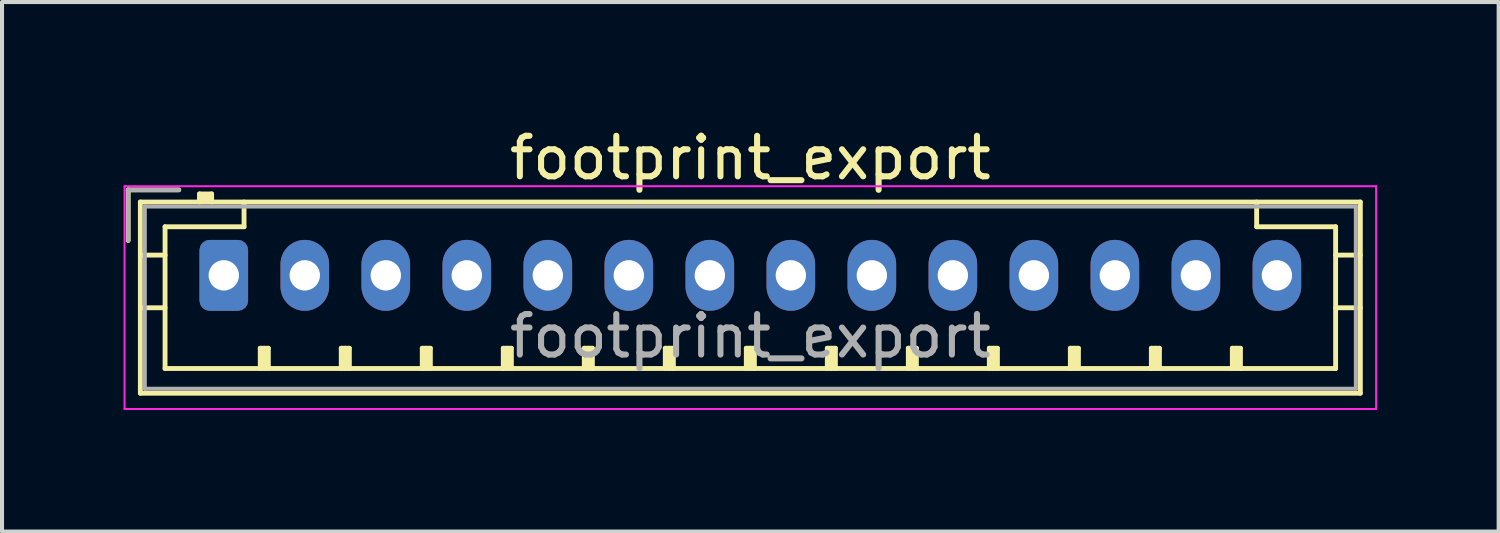
<source format=kicad_pcb>
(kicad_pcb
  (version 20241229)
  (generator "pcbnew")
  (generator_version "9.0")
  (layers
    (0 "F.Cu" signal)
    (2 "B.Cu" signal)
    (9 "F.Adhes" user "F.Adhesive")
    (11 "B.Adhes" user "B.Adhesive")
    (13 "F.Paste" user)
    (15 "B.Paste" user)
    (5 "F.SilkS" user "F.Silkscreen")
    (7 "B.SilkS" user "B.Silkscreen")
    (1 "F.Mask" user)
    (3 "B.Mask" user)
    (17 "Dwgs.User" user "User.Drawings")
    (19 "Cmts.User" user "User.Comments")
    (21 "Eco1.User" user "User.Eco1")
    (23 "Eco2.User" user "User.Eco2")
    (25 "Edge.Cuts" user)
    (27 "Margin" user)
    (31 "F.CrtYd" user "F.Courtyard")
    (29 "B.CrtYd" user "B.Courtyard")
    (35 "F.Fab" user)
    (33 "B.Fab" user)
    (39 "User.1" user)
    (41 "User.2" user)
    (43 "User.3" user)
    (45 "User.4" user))
  (footprint "footprint_export"
    (layer "F.Cu")
    (at 2.475 3.748)
    (property "Reference" "footprint_export" (at 13 -2.9 0) (layer "F.SilkS") (effects (font (size 1 1) (thickness 0.15))))
    (attr through_hole)
    (fp_line (start -2.36 -2.11) (end -2.36 -0.86) (stroke (width 0.12) (type solid)) (layer "F.SilkS"))
    (fp_line (start -2.06 -1.81) (end -2.06 2.91) (stroke (width 0.12) (type solid)) (layer "F.SilkS"))
    (fp_line (start -2.06 -0.5) (end -1.45 -0.5) (stroke (width 0.12) (type solid)) (layer "F.SilkS"))
    (fp_line (start -2.06 0.8) (end -1.45 0.8) (stroke (width 0.12) (type solid)) (layer "F.SilkS"))
    (fp_line (start -2.06 2.91) (end 28.06 2.91) (stroke (width 0.12) (type solid)) (layer "F.SilkS"))
    (fp_line (start -1.45 -1.2) (end -1.45 2.3) (stroke (width 0.12) (type solid)) (layer "F.SilkS"))
    (fp_line (start -1.45 2.3) (end 27.45 2.3) (stroke (width 0.12) (type solid)) (layer "F.SilkS"))
    (fp_line (start -1.11 -2.11) (end -2.36 -2.11) (stroke (width 0.12) (type solid)) (layer "F.SilkS"))
    (fp_line (start -0.6 -2.01) (end -0.6 -1.81) (stroke (width 0.12) (type solid)) (layer "F.SilkS"))
    (fp_line (start -0.3 -2.01) (end -0.6 -2.01) (stroke (width 0.12) (type solid)) (layer "F.SilkS"))
    (fp_line (start -0.3 -1.91) (end -0.6 -1.91) (stroke (width 0.12) (type solid)) (layer "F.SilkS"))
    (fp_line (start -0.3 -1.81) (end -0.3 -2.01) (stroke (width 0.12) (type solid)) (layer "F.SilkS"))
    (fp_line (start 0.5 -1.81) (end 0.5 -1.2) (stroke (width 0.12) (type solid)) (layer "F.SilkS"))
    (fp_line (start 0.5 -1.2) (end -1.45 -1.2) (stroke (width 0.12) (type solid)) (layer "F.SilkS"))
    (fp_line (start 0.9 1.8) (end 1.1 1.8) (stroke (width 0.12) (type solid)) (layer "F.SilkS"))
    (fp_line (start 0.9 2.3) (end 0.9 1.8) (stroke (width 0.12) (type solid)) (layer "F.SilkS"))
    (fp_line (start 1 2.3) (end 1 1.8) (stroke (width 0.12) (type solid)) (layer "F.SilkS"))
    (fp_line (start 1.1 1.8) (end 1.1 2.3) (stroke (width 0.12) (type solid)) (layer "F.SilkS"))
    (fp_line (start 2.9 1.8) (end 3.1 1.8) (stroke (width 0.12) (type solid)) (layer "F.SilkS"))
    (fp_line (start 2.9 2.3) (end 2.9 1.8) (stroke (width 0.12) (type solid)) (layer "F.SilkS"))
    (fp_line (start 3 2.3) (end 3 1.8) (stroke (width 0.12) (type solid)) (layer "F.SilkS"))
    (fp_line (start 3.1 1.8) (end 3.1 2.3) (stroke (width 0.12) (type solid)) (layer "F.SilkS"))
    (fp_line (start 4.9 1.8) (end 5.1 1.8) (stroke (width 0.12) (type solid)) (layer "F.SilkS"))
    (fp_line (start 4.9 2.3) (end 4.9 1.8) (stroke (width 0.12) (type solid)) (layer "F.SilkS"))
    (fp_line (start 5 2.3) (end 5 1.8) (stroke (width 0.12) (type solid)) (layer "F.SilkS"))
    (fp_line (start 5.1 1.8) (end 5.1 2.3) (stroke (width 0.12) (type solid)) (layer "F.SilkS"))
    (fp_line (start 6.9 1.8) (end 7.1 1.8) (stroke (width 0.12) (type solid)) (layer "F.SilkS"))
    (fp_line (start 6.9 2.3) (end 6.9 1.8) (stroke (width 0.12) (type solid)) (layer "F.SilkS"))
    (fp_line (start 7 2.3) (end 7 1.8) (stroke (width 0.12) (type solid)) (layer "F.SilkS"))
    (fp_line (start 7.1 1.8) (end 7.1 2.3) (stroke (width 0.12) (type solid)) (layer "F.SilkS"))
    (fp_line (start 8.9 1.8) (end 9.1 1.8) (stroke (width 0.12) (type solid)) (layer "F.SilkS"))
    (fp_line (start 8.9 2.3) (end 8.9 1.8) (stroke (width 0.12) (type solid)) (layer "F.SilkS"))
    (fp_line (start 9 2.3) (end 9 1.8) (stroke (width 0.12) (type solid)) (layer "F.SilkS"))
    (fp_line (start 9.1 1.8) (end 9.1 2.3) (stroke (width 0.12) (type solid)) (layer "F.SilkS"))
    (fp_line (start 10.9 1.8) (end 11.1 1.8) (stroke (width 0.12) (type solid)) (layer "F.SilkS"))
    (fp_line (start 10.9 2.3) (end 10.9 1.8) (stroke (width 0.12) (type solid)) (layer "F.SilkS"))
    (fp_line (start 11 2.3) (end 11 1.8) (stroke (width 0.12) (type solid)) (layer "F.SilkS"))
    (fp_line (start 11.1 1.8) (end 11.1 2.3) (stroke (width 0.12) (type solid)) (layer "F.SilkS"))
    (fp_line (start 12.9 1.8) (end 13.1 1.8) (stroke (width 0.12) (type solid)) (layer "F.SilkS"))
    (fp_line (start 12.9 2.3) (end 12.9 1.8) (stroke (width 0.12) (type solid)) (layer "F.SilkS"))
    (fp_line (start 13 2.3) (end 13 1.8) (stroke (width 0.12) (type solid)) (layer "F.SilkS"))
    (fp_line (start 13.1 1.8) (end 13.1 2.3) (stroke (width 0.12) (type solid)) (layer "F.SilkS"))
    (fp_line (start 14.9 1.8) (end 15.1 1.8) (stroke (width 0.12) (type solid)) (layer "F.SilkS"))
    (fp_line (start 14.9 2.3) (end 14.9 1.8) (stroke (width 0.12) (type solid)) (layer "F.SilkS"))
    (fp_line (start 15 2.3) (end 15 1.8) (stroke (width 0.12) (type solid)) (layer "F.SilkS"))
    (fp_line (start 15.1 1.8) (end 15.1 2.3) (stroke (width 0.12) (type solid)) (layer "F.SilkS"))
    (fp_line (start 16.9 1.8) (end 17.1 1.8) (stroke (width 0.12) (type solid)) (layer "F.SilkS"))
    (fp_line (start 16.9 2.3) (end 16.9 1.8) (stroke (width 0.12) (type solid)) (layer "F.SilkS"))
    (fp_line (start 17 2.3) (end 17 1.8) (stroke (width 0.12) (type solid)) (layer "F.SilkS"))
    (fp_line (start 17.1 1.8) (end 17.1 2.3) (stroke (width 0.12) (type solid)) (layer "F.SilkS"))
    (fp_line (start 18.9 1.8) (end 19.1 1.8) (stroke (width 0.12) (type solid)) (layer "F.SilkS"))
    (fp_line (start 18.9 2.3) (end 18.9 1.8) (stroke (width 0.12) (type solid)) (layer "F.SilkS"))
    (fp_line (start 19 2.3) (end 19 1.8) (stroke (width 0.12) (type solid)) (layer "F.SilkS"))
    (fp_line (start 19.1 1.8) (end 19.1 2.3) (stroke (width 0.12) (type solid)) (layer "F.SilkS"))
    (fp_line (start 20.9 1.8) (end 21.1 1.8) (stroke (width 0.12) (type solid)) (layer "F.SilkS"))
    (fp_line (start 20.9 2.3) (end 20.9 1.8) (stroke (width 0.12) (type solid)) (layer "F.SilkS"))
    (fp_line (start 21 2.3) (end 21 1.8) (stroke (width 0.12) (type solid)) (layer "F.SilkS"))
    (fp_line (start 21.1 1.8) (end 21.1 2.3) (stroke (width 0.12) (type solid)) (layer "F.SilkS"))
    (fp_line (start 22.9 1.8) (end 23.1 1.8) (stroke (width 0.12) (type solid)) (layer "F.SilkS"))
    (fp_line (start 22.9 2.3) (end 22.9 1.8) (stroke (width 0.12) (type solid)) (layer "F.SilkS"))
    (fp_line (start 23 2.3) (end 23 1.8) (stroke (width 0.12) (type solid)) (layer "F.SilkS"))
    (fp_line (start 23.1 1.8) (end 23.1 2.3) (stroke (width 0.12) (type solid)) (layer "F.SilkS"))
    (fp_line (start 24.9 1.8) (end 25.1 1.8) (stroke (width 0.12) (type solid)) (layer "F.SilkS"))
    (fp_line (start 24.9 2.3) (end 24.9 1.8) (stroke (width 0.12) (type solid)) (layer "F.SilkS"))
    (fp_line (start 25 2.3) (end 25 1.8) (stroke (width 0.12) (type solid)) (layer "F.SilkS"))
    (fp_line (start 25.1 1.8) (end 25.1 2.3) (stroke (width 0.12) (type solid)) (layer "F.SilkS"))
    (fp_line (start 25.5 -1.2) (end 25.5 -1.81) (stroke (width 0.12) (type solid)) (layer "F.SilkS"))
    (fp_line (start 27.45 -1.2) (end 25.5 -1.2) (stroke (width 0.12) (type solid)) (layer "F.SilkS"))
    (fp_line (start 27.45 2.3) (end 27.45 -1.2) (stroke (width 0.12) (type solid)) (layer "F.SilkS"))
    (fp_line (start 28.06 -1.81) (end -2.06 -1.81) (stroke (width 0.12) (type solid)) (layer "F.SilkS"))
    (fp_line (start 28.06 -0.5) (end 27.45 -0.5) (stroke (width 0.12) (type solid)) (layer "F.SilkS"))
    (fp_line (start 28.06 0.8) (end 27.45 0.8) (stroke (width 0.12) (type solid)) (layer "F.SilkS"))
    (fp_line (start 28.06 2.91) (end 28.06 -1.81) (stroke (width 0.12) (type solid)) (layer "F.SilkS"))
    (fp_line (start -2.45 -2.2) (end -2.45 3.3) (stroke (width 0.05) (type solid)) (layer "F.CrtYd"))
    (fp_line (start -2.45 3.3) (end 28.45 3.3) (stroke (width 0.05) (type solid)) (layer "F.CrtYd"))
    (fp_line (start 28.45 -2.2) (end -2.45 -2.2) (stroke (width 0.05) (type solid)) (layer "F.CrtYd"))
    (fp_line (start 28.45 3.3) (end 28.45 -2.2) (stroke (width 0.05) (type solid)) (layer "F.CrtYd"))
    (fp_line (start -2.36 -2.11) (end -2.36 -0.86) (stroke (width 0.1) (type solid)) (layer "F.Fab"))
    (fp_line (start -1.95 -1.7) (end -1.95 2.8) (stroke (width 0.1) (type solid)) (layer "F.Fab"))
    (fp_line (start -1.95 2.8) (end 27.95 2.8) (stroke (width 0.1) (type solid)) (layer "F.Fab"))
    (fp_line (start -1.11 -2.11) (end -2.36 -2.11) (stroke (width 0.1) (type solid)) (layer "F.Fab"))
    (fp_line (start 27.95 -1.7) (end -1.95 -1.7) (stroke (width 0.1) (type solid)) (layer "F.Fab"))
    (fp_line (start 27.95 2.8) (end 27.95 -1.7) (stroke (width 0.1) (type solid)) (layer "F.Fab"))
    (fp_text user "${REFERENCE}" (at 13 1.5 0) (layer "F.Fab") (effects (font (size 1 1) (thickness 0.15))))
    (pad "1" thru_hole roundrect (at 0 0) (size 1.2 1.75) (drill 0.75) (layers "*.Cu" "*.Mask") (roundrect_rratio 0.208))
    (pad "2" thru_hole oval (at 2 0) (size 1.2 1.75) (drill 0.75) (layers "*.Cu" "*.Mask"))
    (pad "3" thru_hole oval (at 4 0) (size 1.2 1.75) (drill 0.75) (layers "*.Cu" "*.Mask"))
    (pad "4" thru_hole oval (at 6 0) (size 1.2 1.75) (drill 0.75) (layers "*.Cu" "*.Mask"))
    (pad "5" thru_hole oval (at 8 0) (size 1.2 1.75) (drill 0.75) (layers "*.Cu" "*.Mask"))
    (pad "6" thru_hole oval (at 10 0) (size 1.2 1.75) (drill 0.75) (layers "*.Cu" "*.Mask"))
    (pad "7" thru_hole oval (at 12 0) (size 1.2 1.75) (drill 0.75) (layers "*.Cu" "*.Mask"))
    (pad "8" thru_hole oval (at 14 0) (size 1.2 1.75) (drill 0.75) (layers "*.Cu" "*.Mask"))
    (pad "9" thru_hole oval (at 16 0) (size 1.2 1.75) (drill 0.75) (layers "*.Cu" "*.Mask"))
    (pad "10" thru_hole oval (at 18 0) (size 1.2 1.75) (drill 0.75) (layers "*.Cu" "*.Mask"))
    (pad "11" thru_hole oval (at 20 0) (size 1.2 1.75) (drill 0.75) (layers "*.Cu" "*.Mask"))
    (pad "12" thru_hole oval (at 22 0) (size 1.2 1.75) (drill 0.75) (layers "*.Cu" "*.Mask"))
    (pad "13" thru_hole oval (at 24 0) (size 1.2 1.75) (drill 0.75) (layers "*.Cu" "*.Mask"))
    (pad "14" thru_hole oval (at 26 0) (size 1.2 1.75) (drill 0.75) (layers "*.Cu" "*.Mask")))
  (gr_rect
    (start -3 -3)
    (end 33.95 10.073)
    (stroke (width 0.1) (type default))
    (fill no)
    (layer "Edge.Cuts")))
</source>
